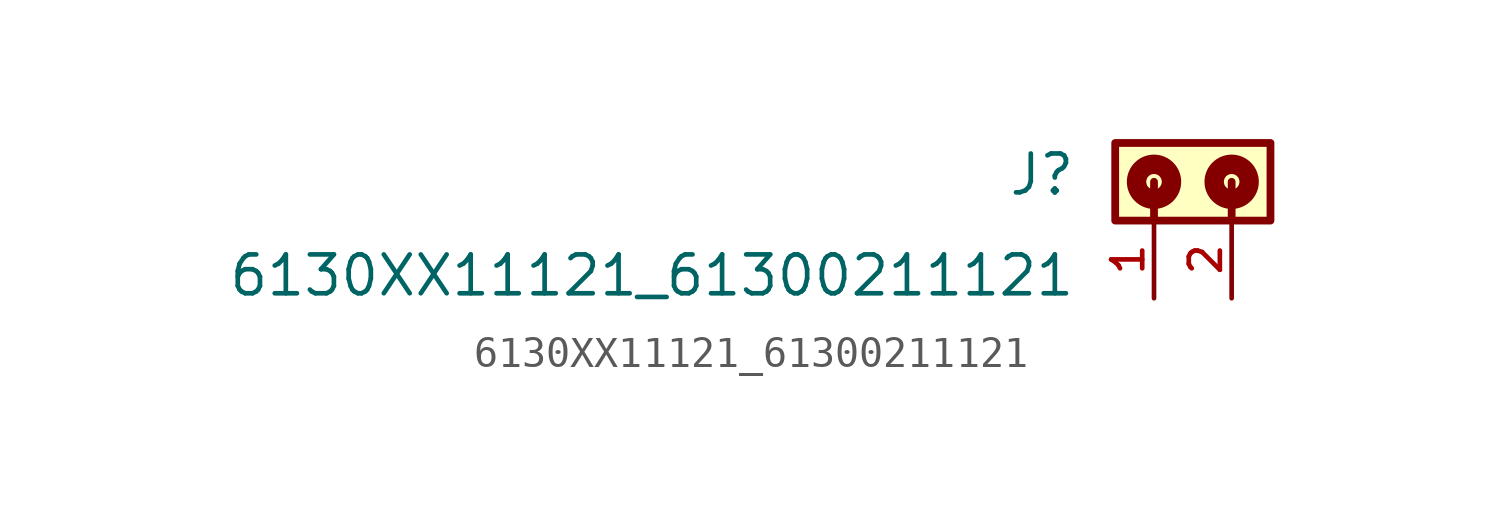
<source format=kicad_sym>
(kicad_symbol_lib
  (version 20241209)
  (generator "kicad_symbol_editor")
  (generator_version "9.0")
  (symbol "6130XX11121_61300211121"
    (pin_names
      (offset 1.016))
    (property "Reference" "J"
      (at -5.08 -1.778 0)
      (effects (font (size 1.27 1.27)) (justify right bottom)))
    (property "Value" "6130XX11121_61300211121"
      (at -5.08 -5.08 0)
      (effects (font (size 1.27 1.27)) (justify right bottom)))
    (symbol "6130XX11121_61300211121_0_0"
      (rectangle (start -3.81 -2.54) (end 1.27 0) (stroke (width 0.254) (type default)) (fill (type background)))
      (circle (center -2.54 -1.27) (radius 0.254) (stroke (width 0.635) (type default)) (fill (type none)))
      (polyline (pts (xy -2.54 -1.27) (xy -2.54 -2.54)) (stroke (width 0.254) (type default)) (fill (type none)))
      (polyline (pts (xy 0 -1.27) (xy 0 -2.54)) (stroke (width 0.254) (type default)) (fill (type none)))
      (circle (center 0 -1.27) (radius 0.254) (stroke (width 0.635) (type default)) (fill (type none)))
      (pin passive line (at -2.54 -5.08 90) (length 2.54) (name "~" (effects (font (size 1.016 1.016)))) (number "1" (effects (font (size 1.016 1.016)))))
      (pin passive line (at 0 -5.08 90) (length 2.54) (name "~" (effects (font (size 1.016 1.016)))) (number "2" (effects (font (size 1.016 1.016))))))))
</source>
